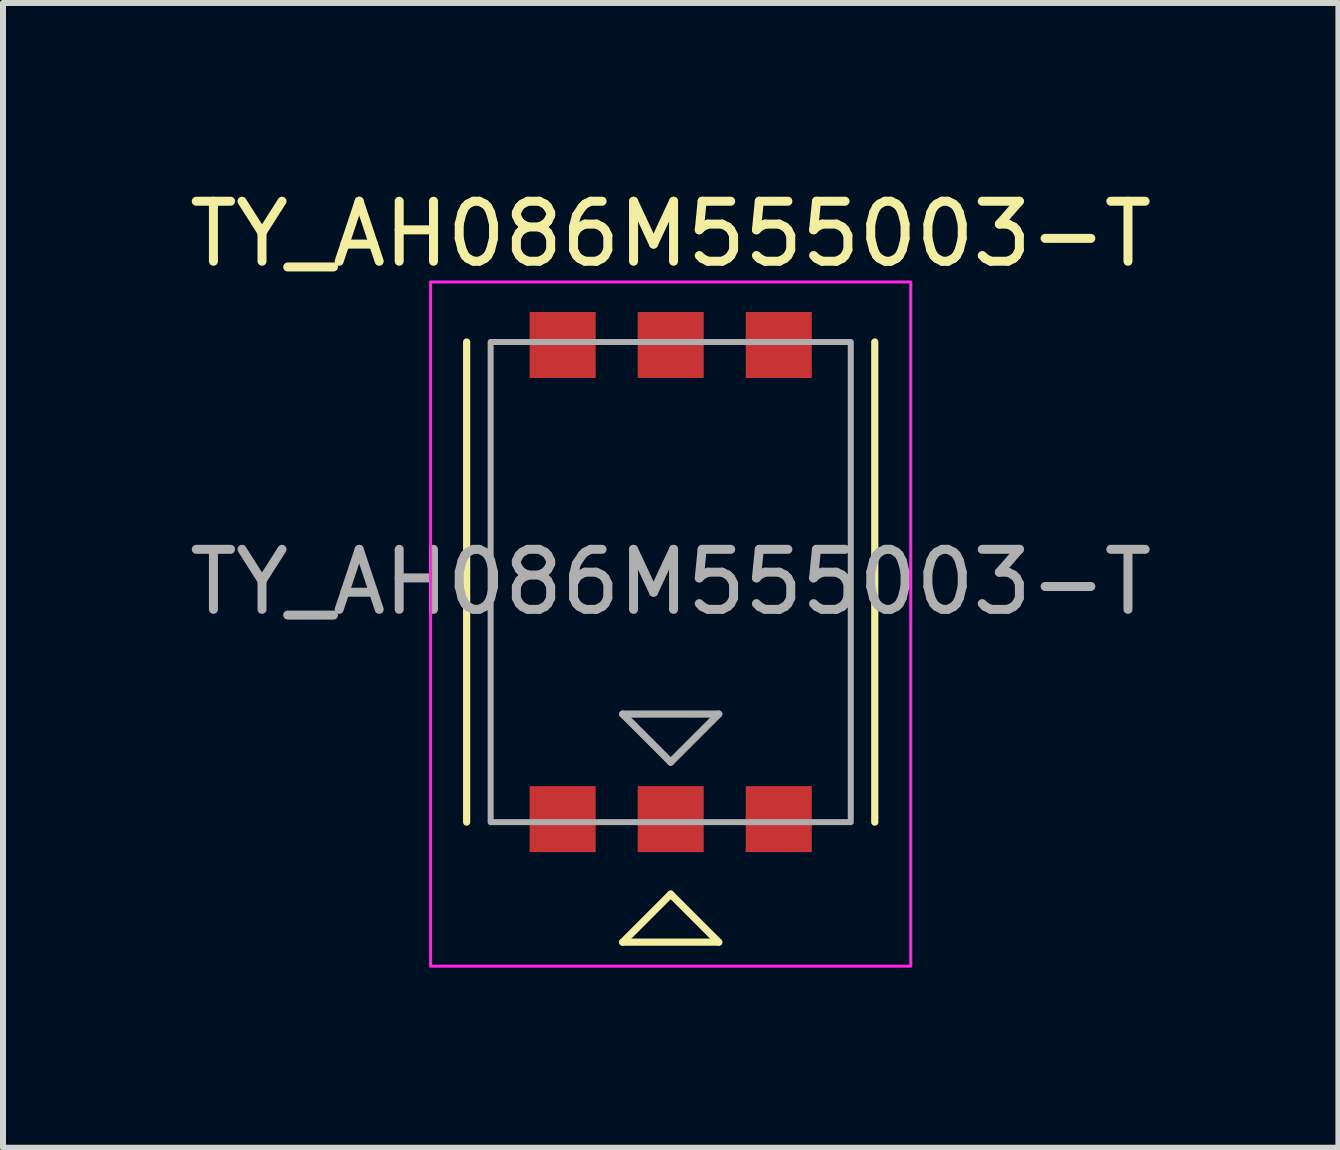
<source format=kicad_pcb>
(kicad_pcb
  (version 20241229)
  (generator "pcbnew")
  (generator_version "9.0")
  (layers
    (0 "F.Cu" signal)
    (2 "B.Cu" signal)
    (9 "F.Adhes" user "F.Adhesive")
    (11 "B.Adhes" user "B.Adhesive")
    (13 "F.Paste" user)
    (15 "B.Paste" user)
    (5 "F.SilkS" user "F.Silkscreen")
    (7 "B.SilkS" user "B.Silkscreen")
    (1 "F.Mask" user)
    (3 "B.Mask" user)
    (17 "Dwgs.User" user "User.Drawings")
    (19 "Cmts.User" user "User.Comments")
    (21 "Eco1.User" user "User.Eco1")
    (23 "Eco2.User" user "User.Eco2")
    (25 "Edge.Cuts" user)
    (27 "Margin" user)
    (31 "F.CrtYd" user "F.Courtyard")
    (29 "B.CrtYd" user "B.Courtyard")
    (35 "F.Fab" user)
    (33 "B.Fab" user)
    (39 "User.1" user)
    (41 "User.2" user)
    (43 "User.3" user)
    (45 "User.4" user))
  (footprint "TY_AH086M555003-T"
    (layer "F.Cu")
    (at 8.125 6.648)
    (property "Reference" "TY_AH086M555003-T" (at 0 -5.8 0) (unlocked yes) (layer "F.SilkS") (effects (font (size 1 1) (thickness 0.15))))
    (attr smd)
    (fp_line (start -3.4 -4) (end -3.4 4) (stroke (width 0.12) (type solid)) (layer "F.SilkS"))
    (fp_line (start 0 5.2) (end -0.8 6) (stroke (width 0.12) (type solid)) (layer "F.SilkS"))
    (fp_line (start 0 5.2) (end 0.8 6) (stroke (width 0.12) (type solid)) (layer "F.SilkS"))
    (fp_line (start 0.8 6) (end -0.8 6) (stroke (width 0.12) (type solid)) (layer "F.SilkS"))
    (fp_line (start 3.4 -4) (end 3.4 4) (stroke (width 0.12) (type solid)) (layer "F.SilkS"))
    (fp_rect (start -4 -5) (end 4 6.4) (stroke (width 0.05) (type solid)) (fill no) (layer "F.CrtYd"))
    (fp_line (start -0.8 2.2) (end 0.8 2.2) (stroke (width 0.12) (type solid)) (layer "F.Fab"))
    (fp_line (start 0 3) (end -0.8 2.2) (stroke (width 0.12) (type solid)) (layer "F.Fab"))
    (fp_line (start 0 3) (end 0.8 2.2) (stroke (width 0.12) (type solid)) (layer "F.Fab"))
    (fp_rect (start -3 -4) (end 3 4) (stroke (width 0.1) (type solid)) (fill no) (layer "F.Fab"))
    (fp_text user "${REFERENCE}" (at 0 0 0) (unlocked yes) (layer "F.Fab") (effects (font (size 1 1) (thickness 0.15))))
    (pad "1" smd rect (at 0 3.95) (size 1.1 1.1) (layers "F.Cu" "F.Mask" "F.Paste"))
    (pad "2" smd rect (at -1.8 -3.95) (size 1.1 1.1) (layers "F.Cu" "F.Mask" "F.Paste"))
    (pad "2" smd rect (at -1.8 3.95) (size 1.1 1.1) (layers "F.Cu" "F.Mask" "F.Paste"))
    (pad "2" smd rect (at 0 -3.95) (size 1.1 1.1) (layers "F.Cu" "F.Mask" "F.Paste"))
    (pad "2" smd rect (at 1.8 -3.95) (size 1.1 1.1) (layers "F.Cu" "F.Mask" "F.Paste"))
    (pad "2" smd rect (at 1.8 3.95) (size 1.1 1.1) (layers "F.Cu" "F.Mask" "F.Paste")))
  (gr_rect
    (start -3 -3)
    (end 19.25 16.073)
    (stroke (width 0.1) (type default))
    (fill no)
    (layer "Edge.Cuts")))
</source>
